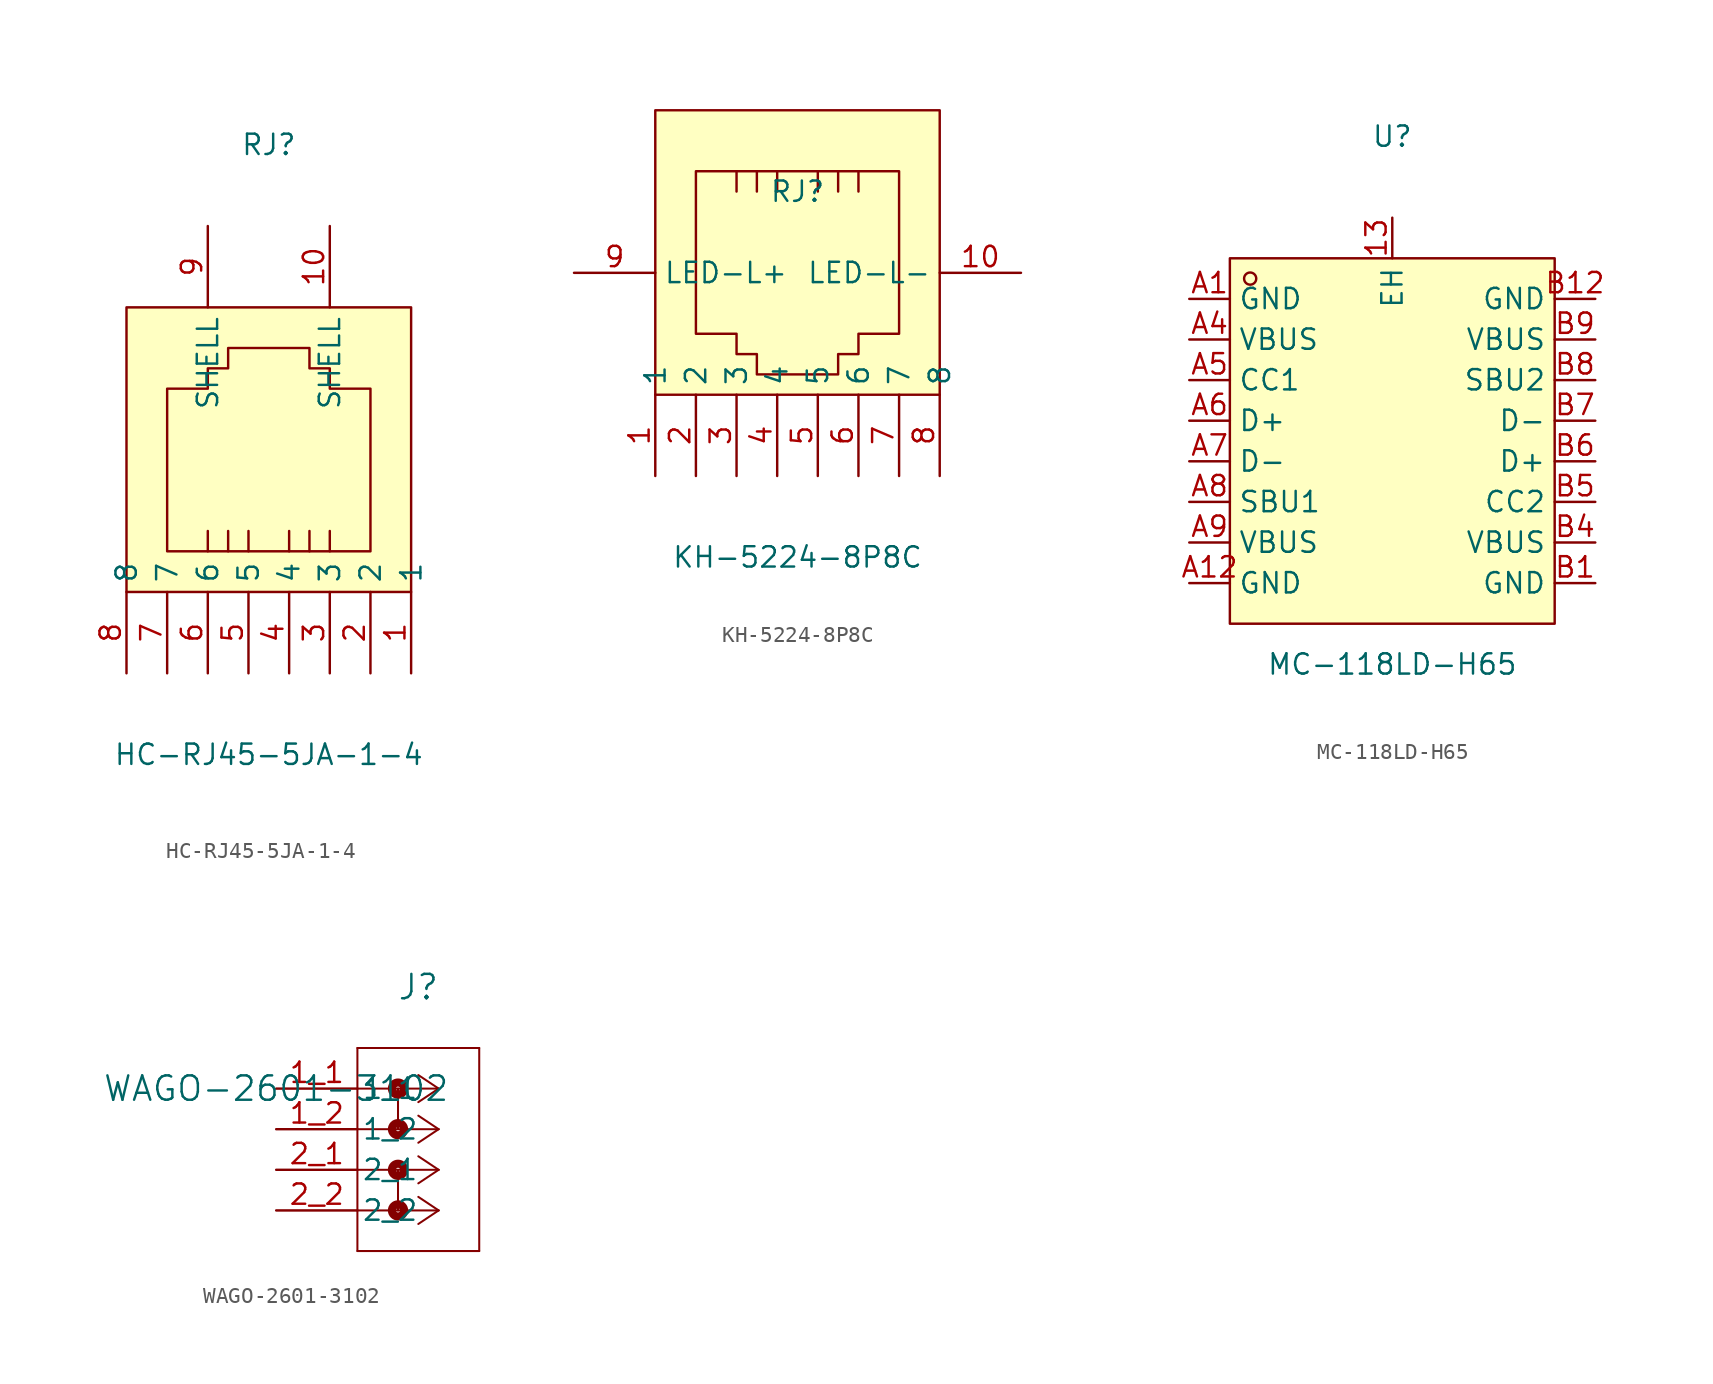
<source format=kicad_sym>
(kicad_symbol_lib
  (version 20231120)
  (generator "kicad_symbol_editor")
  (generator_version "8.0")
  (symbol "HC-RJ45-5JA-1-4"
    (property "Reference" "RJ"
      (at 0 19.05 0)
      (effects (font (size 1.27 1.27))))
    (property "Value" "HC-RJ45-5JA-1-4"
      (at 0 -19.05 0)
      (effects (font (size 1.27 1.27))))
    (symbol "HC-RJ45-5JA-1-4_0_1"
      (rectangle (start -8.89 8.89) (end 8.89 -8.89) (stroke (width 0) (type default)) (fill (type background)))
      (polyline (pts (xy -3.81 -6.35) (xy -3.81 -5.08) (xy -3.81 -5.08)) (stroke (width 0) (type default)) (fill (type none)))
      (polyline (pts (xy -2.54 -6.35) (xy -2.54 -5.08) (xy -2.54 -5.08)) (stroke (width 0) (type default)) (fill (type none)))
      (polyline (pts (xy -1.27 -6.35) (xy -1.27 -5.08) (xy -1.27 -5.08)) (stroke (width 0) (type default)) (fill (type none)))
      (polyline (pts (xy 1.27 -6.35) (xy 1.27 -5.08) (xy 1.27 -5.08)) (stroke (width 0) (type default)) (fill (type none)))
      (polyline (pts (xy 2.54 -6.35) (xy 2.54 -5.08) (xy 2.54 -5.08)) (stroke (width 0) (type default)) (fill (type none)))
      (polyline (pts (xy 3.81 -6.35) (xy 3.81 -5.08) (xy 3.81 -5.08)) (stroke (width 0) (type default)) (fill (type none)))
      (polyline (pts (xy 6.35 -6.35) (xy -6.35 -6.35) (xy -6.35 3.81) (xy -3.81 3.81) (xy -3.81 5.08) (xy -2.54 5.08) (xy -2.54 5.08) (xy -2.54 6.35) (xy 2.54 6.35) (xy 2.54 5.08) (xy 3.81 5.08) (xy 3.81 3.81) (xy 6.35 3.81) (xy 6.35 -6.35) (xy 6.35 -5.08)) (stroke (width 0) (type default)) (fill (type none)))
      (pin unspecified line (at 8.89 -13.97 90) (length 5.08) (name "1" (effects (font (size 1.27 1.27)))) (number "1" (effects (font (size 1.27 1.27)))))
      (pin unspecified line (at 3.81 13.97 270) (length 5.08) (name "SHELL" (effects (font (size 1.27 1.27)))) (number "10" (effects (font (size 1.27 1.27)))))
      (pin unspecified line (at 6.35 -13.97 90) (length 5.08) (name "2" (effects (font (size 1.27 1.27)))) (number "2" (effects (font (size 1.27 1.27)))))
      (pin unspecified line (at 3.81 -13.97 90) (length 5.08) (name "3" (effects (font (size 1.27 1.27)))) (number "3" (effects (font (size 1.27 1.27)))))
      (pin unspecified line (at 1.27 -13.97 90) (length 5.08) (name "4" (effects (font (size 1.27 1.27)))) (number "4" (effects (font (size 1.27 1.27)))))
      (pin unspecified line (at -1.27 -13.97 90) (length 5.08) (name "5" (effects (font (size 1.27 1.27)))) (number "5" (effects (font (size 1.27 1.27)))))
      (pin unspecified line (at -3.81 -13.97 90) (length 5.08) (name "6" (effects (font (size 1.27 1.27)))) (number "6" (effects (font (size 1.27 1.27)))))
      (pin unspecified line (at -6.35 -13.97 90) (length 5.08) (name "7" (effects (font (size 1.27 1.27)))) (number "7" (effects (font (size 1.27 1.27)))))
      (pin unspecified line (at -8.89 -13.97 90) (length 5.08) (name "8" (effects (font (size 1.27 1.27)))) (number "8" (effects (font (size 1.27 1.27)))))
      (pin unspecified line (at -3.81 13.97 270) (length 5.08) (name "SHELL" (effects (font (size 1.27 1.27)))) (number "9" (effects (font (size 1.27 1.27)))))))
  (symbol "KH-5224-8P8C"
    (property "Reference" "RJ"
      (at 0 3.81 0)
      (effects (font (size 1.27 1.27))))
    (property "Value" "KH-5224-8P8C"
      (at 0 -19.05 0)
      (effects (font (size 1.27 1.27))))
    (symbol "KH-5224-8P8C_0_1"
      (rectangle (start -8.89 8.89) (end 8.89 -8.89) (stroke (width 0) (type default)) (fill (type background)))
      (polyline (pts (xy -3.81 5.08) (xy -3.81 3.81) (xy -3.81 3.81)) (stroke (width 0) (type default)) (fill (type none)))
      (polyline (pts (xy -2.54 5.08) (xy -2.54 3.81) (xy -2.54 3.81)) (stroke (width 0) (type default)) (fill (type none)))
      (polyline (pts (xy -1.27 5.08) (xy -1.27 3.81) (xy -1.27 3.81)) (stroke (width 0) (type default)) (fill (type none)))
      (polyline (pts (xy 1.27 5.08) (xy 1.27 3.81) (xy 1.27 3.81)) (stroke (width 0) (type default)) (fill (type none)))
      (polyline (pts (xy 2.54 5.08) (xy 2.54 3.81) (xy 2.54 3.81)) (stroke (width 0) (type default)) (fill (type none)))
      (polyline (pts (xy 3.81 5.08) (xy 3.81 3.81) (xy 3.81 3.81)) (stroke (width 0) (type default)) (fill (type none)))
      (polyline (pts (xy 6.35 5.08) (xy -6.35 5.08) (xy -6.35 -5.08) (xy -3.81 -5.08) (xy -3.81 -6.35) (xy -2.54 -6.35) (xy -2.54 -6.35) (xy -2.54 -7.62) (xy 2.54 -7.62) (xy 2.54 -6.35) (xy 3.81 -6.35) (xy 3.81 -5.08) (xy 6.35 -5.08) (xy 6.35 5.08) (xy 6.35 3.81)) (stroke (width 0) (type default)) (fill (type none)))
      (pin unspecified line (at -8.89 -13.97 90) (length 5.08) (name "1" (effects (font (size 1.27 1.27)))) (number "1" (effects (font (size 1.27 1.27)))))
      (pin unspecified line (at 13.97 -1.27 180) (length 5.08) (name "LED-L-" (effects (font (size 1.27 1.27)))) (number "10" (effects (font (size 1.27 1.27)))))
      (pin unspecified line (at -6.35 -13.97 90) (length 5.08) (name "2" (effects (font (size 1.27 1.27)))) (number "2" (effects (font (size 1.27 1.27)))))
      (pin unspecified line (at -3.81 -13.97 90) (length 5.08) (name "3" (effects (font (size 1.27 1.27)))) (number "3" (effects (font (size 1.27 1.27)))))
      (pin unspecified line (at -1.27 -13.97 90) (length 5.08) (name "4" (effects (font (size 1.27 1.27)))) (number "4" (effects (font (size 1.27 1.27)))))
      (pin unspecified line (at 1.27 -13.97 90) (length 5.08) (name "5" (effects (font (size 1.27 1.27)))) (number "5" (effects (font (size 1.27 1.27)))))
      (pin unspecified line (at 3.81 -13.97 90) (length 5.08) (name "6" (effects (font (size 1.27 1.27)))) (number "6" (effects (font (size 1.27 1.27)))))
      (pin unspecified line (at 6.35 -13.97 90) (length 5.08) (name "7" (effects (font (size 1.27 1.27)))) (number "7" (effects (font (size 1.27 1.27)))))
      (pin unspecified line (at 8.89 -13.97 90) (length 5.08) (name "8" (effects (font (size 1.27 1.27)))) (number "8" (effects (font (size 1.27 1.27)))))
      (pin unspecified line (at -13.97 -1.27 0) (length 5.08) (name "LED-L+" (effects (font (size 1.27 1.27)))) (number "9" (effects (font (size 1.27 1.27)))))))
  (symbol "MC-118LD-H65"
    (property "Reference" "U"
      (at 0 17.78 0)
      (effects (font (size 1.27 1.27))))
    (property "Value" "MC-118LD-H65"
      (at 0 -15.24 0)
      (effects (font (size 1.27 1.27))))
    (symbol "MC-118LD-H65_0_1"
      (rectangle (start -10.16 10.16) (end 10.16 -12.7) (stroke (width 0) (type default)) (fill (type background)))
      (circle (center -8.89 8.89) (radius 0.38) (stroke (width 0) (type default)) (fill (type none)))
      (pin unspecified line (at 0 12.7 270) (length 2.54) (name "EH" (effects (font (size 1.27 1.27)))) (number "13" (effects (font (size 1.27 1.27)))))
      (pin unspecified line (at -12.7 7.62 0) (length 2.54) (name "GND" (effects (font (size 1.27 1.27)))) (number "A1" (effects (font (size 1.27 1.27)))))
      (pin unspecified line (at -12.7 -10.16 0) (length 2.54) (name "GND" (effects (font (size 1.27 1.27)))) (number "A12" (effects (font (size 1.27 1.27)))))
      (pin unspecified line (at -12.7 5.08 0) (length 2.54) (name "VBUS" (effects (font (size 1.27 1.27)))) (number "A4" (effects (font (size 1.27 1.27)))))
      (pin unspecified line (at -12.7 2.54 0) (length 2.54) (name "CC1" (effects (font (size 1.27 1.27)))) (number "A5" (effects (font (size 1.27 1.27)))))
      (pin unspecified line (at -12.7 0 0) (length 2.54) (name "D+" (effects (font (size 1.27 1.27)))) (number "A6" (effects (font (size 1.27 1.27)))))
      (pin unspecified line (at -12.7 -2.54 0) (length 2.54) (name "D-" (effects (font (size 1.27 1.27)))) (number "A7" (effects (font (size 1.27 1.27)))))
      (pin unspecified line (at -12.7 -5.08 0) (length 2.54) (name "SBU1" (effects (font (size 1.27 1.27)))) (number "A8" (effects (font (size 1.27 1.27)))))
      (pin unspecified line (at -12.7 -7.62 0) (length 2.54) (name "VBUS" (effects (font (size 1.27 1.27)))) (number "A9" (effects (font (size 1.27 1.27)))))
      (pin unspecified line (at 12.7 -10.16 180) (length 2.54) (name "GND" (effects (font (size 1.27 1.27)))) (number "B1" (effects (font (size 1.27 1.27)))))
      (pin unspecified line (at 12.7 7.62 180) (length 2.54) (name "GND" (effects (font (size 1.27 1.27)))) (number "B12" (effects (font (size 1.27 1.27)))))
      (pin unspecified line (at 12.7 -7.62 180) (length 2.54) (name "VBUS" (effects (font (size 1.27 1.27)))) (number "B4" (effects (font (size 1.27 1.27)))))
      (pin unspecified line (at 12.7 -5.08 180) (length 2.54) (name "CC2" (effects (font (size 1.27 1.27)))) (number "B5" (effects (font (size 1.27 1.27)))))
      (pin unspecified line (at 12.7 -2.54 180) (length 2.54) (name "D+" (effects (font (size 1.27 1.27)))) (number "B6" (effects (font (size 1.27 1.27)))))
      (pin unspecified line (at 12.7 0 180) (length 2.54) (name "D-" (effects (font (size 1.27 1.27)))) (number "B7" (effects (font (size 1.27 1.27)))))
      (pin unspecified line (at 12.7 2.54 180) (length 2.54) (name "SBU2" (effects (font (size 1.27 1.27)))) (number "B8" (effects (font (size 1.27 1.27)))))
      (pin unspecified line (at 12.7 5.08 180) (length 2.54) (name "VBUS" (effects (font (size 1.27 1.27)))) (number "B9" (effects (font (size 1.27 1.27)))))))
  (symbol "WAGO-2601-3102"
    (pin_names
      (offset 0.254))
    (property "Reference" "J"
      (at 8.89 6.35 0)
      (effects (font (size 1.524 1.524))))
    (property "Value" "WAGO-2601-3102"
      (at 0 0 0)
      (effects (font (size 1.524 1.524))))
    (symbol "WAGO-2601-3102_0_1"
      (polyline (pts (xy 5.08 -10.16) (xy 12.7 -10.16)) (stroke (width 0.127) (type default)) (fill (type none)))
      (polyline (pts (xy 5.08 2.54) (xy 5.08 -10.16)) (stroke (width 0.127) (type default)) (fill (type none)))
      (polyline (pts (xy 7.62 -5.08) (xy 7.62 -7.62)) (stroke (width 0.127) (type default)) (fill (type none)))
      (polyline (pts (xy 7.62 0) (xy 7.62 -2.54)) (stroke (width 0.127) (type default)) (fill (type none)))
      (polyline (pts (xy 10.16 -7.62) (xy 5.08 -7.62)) (stroke (width 0.127) (type default)) (fill (type none)))
      (polyline (pts (xy 10.16 -7.62) (xy 8.89 -8.467)) (stroke (width 0.127) (type default)) (fill (type none)))
      (polyline (pts (xy 10.16 -7.62) (xy 8.89 -6.773)) (stroke (width 0.127) (type default)) (fill (type none)))
      (polyline (pts (xy 10.16 -5.08) (xy 5.08 -5.08)) (stroke (width 0.127) (type default)) (fill (type none)))
      (polyline (pts (xy 10.16 -5.08) (xy 8.89 -5.927)) (stroke (width 0.127) (type default)) (fill (type none)))
      (polyline (pts (xy 10.16 -5.08) (xy 8.89 -4.233)) (stroke (width 0.127) (type default)) (fill (type none)))
      (polyline (pts (xy 10.16 -2.54) (xy 5.08 -2.54)) (stroke (width 0.127) (type default)) (fill (type none)))
      (polyline (pts (xy 10.16 -2.54) (xy 8.89 -3.387)) (stroke (width 0.127) (type default)) (fill (type none)))
      (polyline (pts (xy 10.16 -2.54) (xy 8.89 -1.693)) (stroke (width 0.127) (type default)) (fill (type none)))
      (polyline (pts (xy 10.16 0) (xy 5.08 0)) (stroke (width 0.127) (type default)) (fill (type none)))
      (polyline (pts (xy 10.16 0) (xy 8.89 -0.847)) (stroke (width 0.127) (type default)) (fill (type none)))
      (polyline (pts (xy 10.16 0) (xy 8.89 0.847)) (stroke (width 0.127) (type default)) (fill (type none)))
      (polyline (pts (xy 12.7 -10.16) (xy 12.7 2.54)) (stroke (width 0.127) (type default)) (fill (type none)))
      (polyline (pts (xy 12.7 2.54) (xy 5.08 2.54)) (stroke (width 0.127) (type default)) (fill (type none)))
      (circle (center 7.62 -7.62) (radius 0.127) (stroke (width 0.508) (type default)) (fill (type none)))
      (circle (center 7.62 -5.08) (radius 0.127) (stroke (width 0.508) (type default)) (fill (type none)))
      (circle (center 7.62 -2.54) (radius 0.127) (stroke (width 0.508) (type default)) (fill (type none)))
      (circle (center 7.62 0) (radius 0.127) (stroke (width 0.508) (type default)) (fill (type none)))
      (pin unspecified line (at 0 0 0) (length 5.08) (name "1_1" (effects (font (size 1.27 1.27)))) (number "1_1" (effects (font (size 1.27 1.27)))))
      (pin unspecified line (at 0 -2.54 0) (length 5.08) (name "1_2" (effects (font (size 1.27 1.27)))) (number "1_2" (effects (font (size 1.27 1.27)))))
      (pin unspecified line (at 0 -5.08 0) (length 5.08) (name "2_1" (effects (font (size 1.27 1.27)))) (number "2_1" (effects (font (size 1.27 1.27)))))
      (pin unspecified line (at 0 -7.62 0) (length 5.08) (name "2_2" (effects (font (size 1.27 1.27)))) (number "2_2" (effects (font (size 1.27 1.27))))))))
</source>
